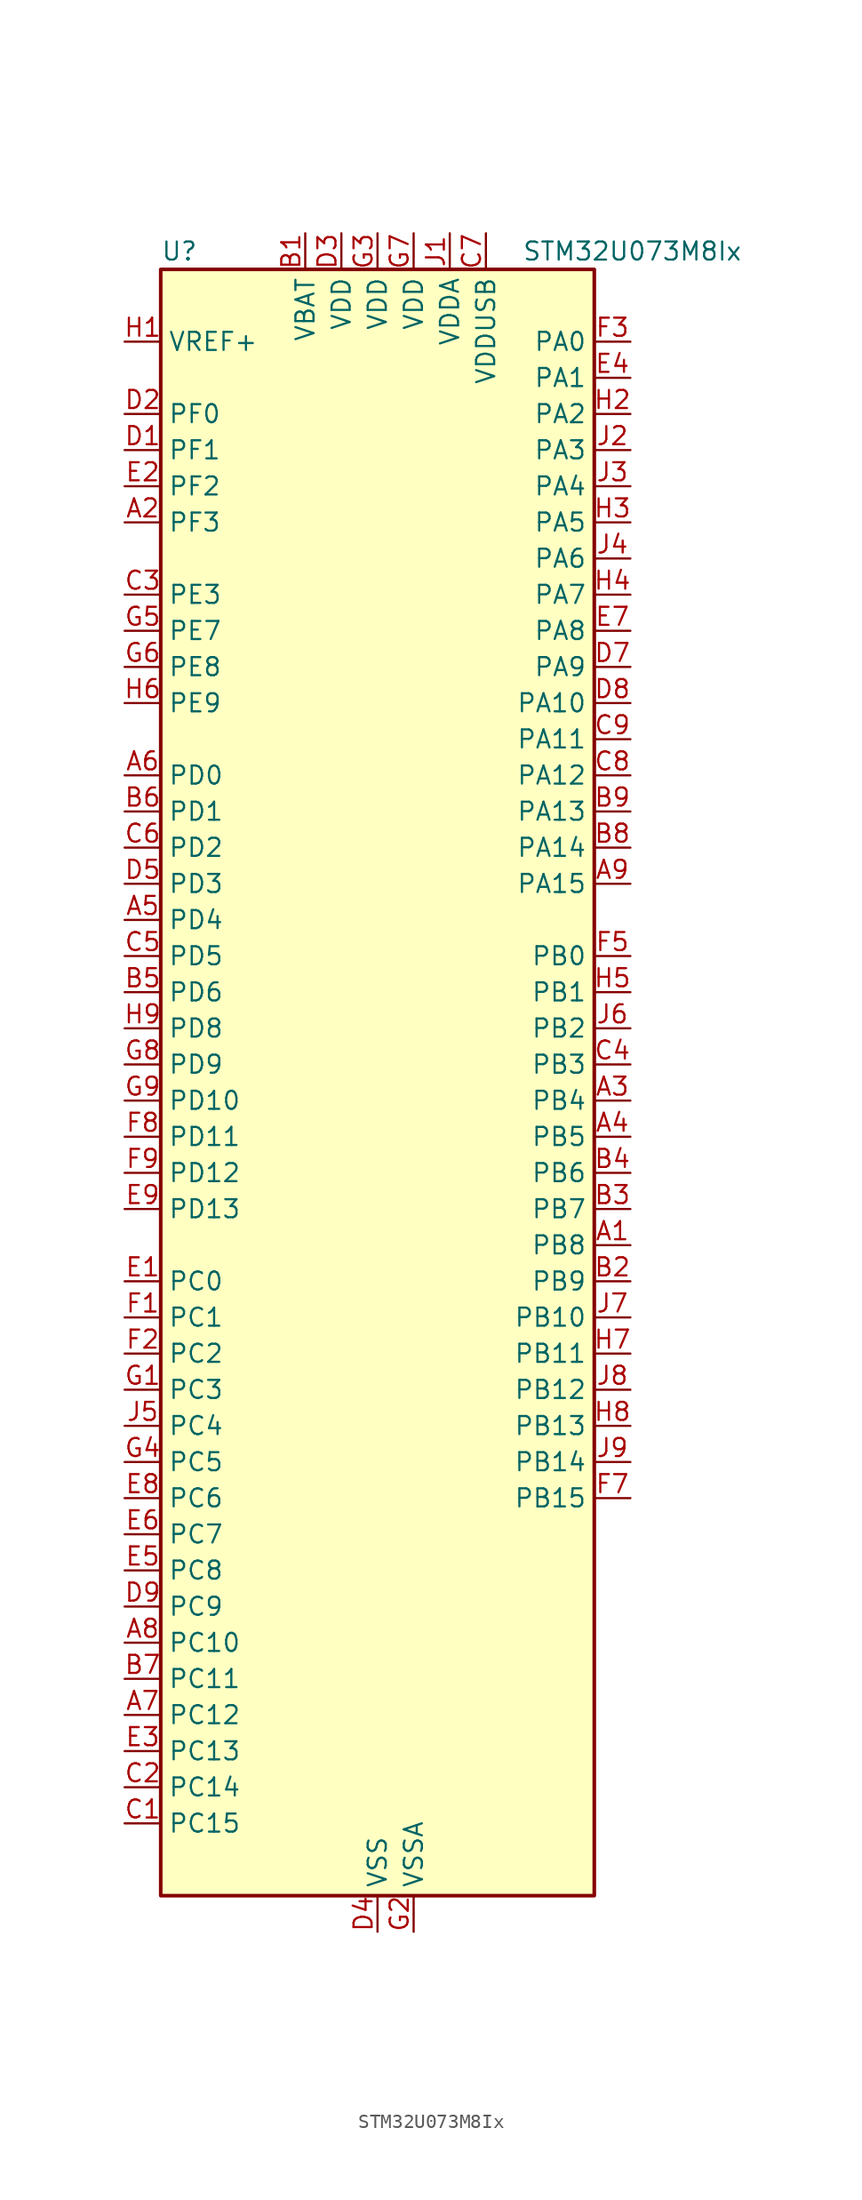
<source format=kicad_sym>
(kicad_symbol_lib
  (version 20241209)
  (generator "kicad_symbol_editor")
  (generator_version "9.0")
  (symbol "STM32U073M8Ix"
    (property "Reference" "U"
      (at -15.24 59.69 0)
      (effects (font (size 1.27 1.27)) (justify left)))
    (property "Value" "STM32U073M8Ix"
      (at 10.16 59.69 0)
      (effects (font (size 1.27 1.27)) (justify left)))
    (symbol "STM32U073M8Ix_0_1"
      (rectangle (start -15.24 -55.88) (end 15.24 58.42) (stroke (width 0.254) (type default)) (fill (type background))))
    (symbol "STM32U073M8Ix_1_1"
      (pin input line (at -17.78 53.34 0) (length 2.54) (name "VREF+" (effects (font (size 1.27 1.27)))) (number "H1" (effects (font (size 1.27 1.27)))) (alternate "VREFBUF_OUT" bidirectional line))
      (pin bidirectional line (at -17.78 48.26 0) (length 2.54) (name "PF0" (effects (font (size 1.27 1.27)))) (number "D2" (effects (font (size 1.27 1.27)))) (alternate "RCC_OSC_IN" bidirectional line))
      (pin bidirectional line (at -17.78 45.72 0) (length 2.54) (name "PF1" (effects (font (size 1.27 1.27)))) (number "D1" (effects (font (size 1.27 1.27)))) (alternate "RCC_OSC_EN" bidirectional line) (alternate "RCC_OSC_OUT" bidirectional line))
      (pin bidirectional line (at -17.78 43.18 0) (length 2.54) (name "PF2" (effects (font (size 1.27 1.27)))) (number "E2" (effects (font (size 1.27 1.27)))) (alternate "RCC_MCO" bidirectional line))
      (pin bidirectional line (at -17.78 40.64 0) (length 2.54) (name "PF3" (effects (font (size 1.27 1.27)))) (number "A2" (effects (font (size 1.27 1.27)))))
      (pin bidirectional line (at -17.78 35.56 0) (length 2.54) (name "PE3" (effects (font (size 1.27 1.27)))) (number "C3" (effects (font (size 1.27 1.27)))) (alternate "TIM3_CH1" bidirectional line))
      (pin bidirectional line (at -17.78 33.02 0) (length 2.54) (name "PE7" (effects (font (size 1.27 1.27)))) (number "G5" (effects (font (size 1.27 1.27)))) (alternate "LCD_SEG45" bidirectional line) (alternate "TIM1_ETR" bidirectional line))
      (pin bidirectional line (at -17.78 30.48 0) (length 2.54) (name "PE8" (effects (font (size 1.27 1.27)))) (number "G6" (effects (font (size 1.27 1.27)))) (alternate "LCD_SEG46" bidirectional line) (alternate "TIM1_CH1N" bidirectional line))
      (pin bidirectional line (at -17.78 27.94 0) (length 2.54) (name "PE9" (effects (font (size 1.27 1.27)))) (number "H6" (effects (font (size 1.27 1.27)))) (alternate "DAC1_EXTI9" bidirectional line) (alternate "LCD_SEG47" bidirectional line) (alternate "LPTIM1_CH3" bidirectional line) (alternate "TIM1_CH1" bidirectional line))
      (pin bidirectional line (at -17.78 22.86 0) (length 2.54) (name "PD0" (effects (font (size 1.27 1.27)))) (number "A6" (effects (font (size 1.27 1.27)))) (alternate "LCD_SEG34" bidirectional line) (alternate "SPI2_NSS" bidirectional line))
      (pin bidirectional line (at -17.78 20.32 0) (length 2.54) (name "PD1" (effects (font (size 1.27 1.27)))) (number "B6" (effects (font (size 1.27 1.27)))) (alternate "LCD_SEG35" bidirectional line) (alternate "LPTIM1_CH4" bidirectional line) (alternate "SPI2_SCK" bidirectional line))
      (pin bidirectional line (at -17.78 17.78 0) (length 2.54) (name "PD2" (effects (font (size 1.27 1.27)))) (number "C6" (effects (font (size 1.27 1.27)))) (alternate "LCD_COM7" bidirectional line) (alternate "LCD_SEG31" bidirectional line) (alternate "LCD_SEG51" bidirectional line) (alternate "TIM3_ETR" bidirectional line) (alternate "TSC_SYNC" bidirectional line) (alternate "USART3_DE" bidirectional line) (alternate "USART3_RTS" bidirectional line))
      (pin bidirectional line (at -17.78 15.24 0) (length 2.54) (name "PD3" (effects (font (size 1.27 1.27)))) (number "D5" (effects (font (size 1.27 1.27)))) (alternate "LCD_SEG36" bidirectional line) (alternate "SPI2_MISO" bidirectional line) (alternate "USART2_CTS" bidirectional line))
      (pin bidirectional line (at -17.78 12.7 0) (length 2.54) (name "PD4" (effects (font (size 1.27 1.27)))) (number "A5" (effects (font (size 1.27 1.27)))) (alternate "LCD_SEG37" bidirectional line) (alternate "LPTIM1_CH3" bidirectional line) (alternate "SPI2_MOSI" bidirectional line) (alternate "USART2_DE" bidirectional line) (alternate "USART2_RTS" bidirectional line))
      (pin bidirectional line (at -17.78 10.16 0) (length 2.54) (name "PD5" (effects (font (size 1.27 1.27)))) (number "C5" (effects (font (size 1.27 1.27)))) (alternate "LCD_SEG38" bidirectional line) (alternate "USART2_TX" bidirectional line))
      (pin bidirectional line (at -17.78 7.62 0) (length 2.54) (name "PD6" (effects (font (size 1.27 1.27)))) (number "B5" (effects (font (size 1.27 1.27)))) (alternate "LCD_SEG39" bidirectional line) (alternate "USART2_RX" bidirectional line))
      (pin bidirectional line (at -17.78 5.08 0) (length 2.54) (name "PD8" (effects (font (size 1.27 1.27)))) (number "H9" (effects (font (size 1.27 1.27)))) (alternate "LCD_SEG28" bidirectional line) (alternate "LPUART3_TX" bidirectional line) (alternate "USART3_TX" bidirectional line))
      (pin bidirectional line (at -17.78 2.54 0) (length 2.54) (name "PD9" (effects (font (size 1.27 1.27)))) (number "G8" (effects (font (size 1.27 1.27)))) (alternate "DAC1_EXTI9" bidirectional line) (alternate "LCD_SEG29" bidirectional line) (alternate "LPTIM3_IN1" bidirectional line) (alternate "LPUART3_RX" bidirectional line) (alternate "USART3_RX" bidirectional line))
      (pin bidirectional line (at -17.78 0 0) (length 2.54) (name "PD10" (effects (font (size 1.27 1.27)))) (number "G9" (effects (font (size 1.27 1.27)))) (alternate "COMP2_INP" bidirectional line) (alternate "LCD_SEG30" bidirectional line) (alternate "LPTIM2_CH2" bidirectional line) (alternate "LPTIM3_ETR" bidirectional line) (alternate "TSC_G6_IO1" bidirectional line) (alternate "USART3_CK" bidirectional line))
      (pin bidirectional line (at -17.78 -2.54 0) (length 2.54) (name "PD11" (effects (font (size 1.27 1.27)))) (number "F8" (effects (font (size 1.27 1.27)))) (alternate "ADC1_EXTI11" bidirectional line) (alternate "LCD_SEG31" bidirectional line) (alternate "LPTIM2_ETR" bidirectional line) (alternate "LPUART3_CTS" bidirectional line) (alternate "TSC_G6_IO2" bidirectional line) (alternate "USART3_CTS" bidirectional line))
      (pin bidirectional line (at -17.78 -5.08 0) (length 2.54) (name "PD12" (effects (font (size 1.27 1.27)))) (number "F9" (effects (font (size 1.27 1.27)))) (alternate "I2C4_SCL" bidirectional line) (alternate "LCD_SEG32" bidirectional line) (alternate "LPTIM2_IN1" bidirectional line) (alternate "LPUART3_DE" bidirectional line) (alternate "LPUART3_RTS" bidirectional line) (alternate "TSC_G6_IO3" bidirectional line) (alternate "USART3_DE" bidirectional line) (alternate "USART3_RTS" bidirectional line))
      (pin bidirectional line (at -17.78 -7.62 0) (length 2.54) (name "PD13" (effects (font (size 1.27 1.27)))) (number "E9" (effects (font (size 1.27 1.27)))) (alternate "I2C4_SDA" bidirectional line) (alternate "LCD_SEG33" bidirectional line) (alternate "LPTIM2_CH1" bidirectional line) (alternate "TSC_G6_IO4" bidirectional line))
      (pin bidirectional line (at -17.78 -12.7 0) (length 2.54) (name "PC0" (effects (font (size 1.27 1.27)))) (number "E1" (effects (font (size 1.27 1.27)))) (alternate "ADC1_IN0" bidirectional line) (alternate "I2C3_SCL" bidirectional line) (alternate "I2C4_SCL" bidirectional line) (alternate "LCD_SEG18" bidirectional line) (alternate "LPTIM1_IN1" bidirectional line) (alternate "LPTIM2_IN1" bidirectional line) (alternate "LPUART1_RX" bidirectional line) (alternate "LPUART2_TX" bidirectional line))
      (pin bidirectional line (at -17.78 -15.24 0) (length 2.54) (name "PC1" (effects (font (size 1.27 1.27)))) (number "F1" (effects (font (size 1.27 1.27)))) (alternate "ADC1_IN1" bidirectional line) (alternate "I2C3_SDA" bidirectional line) (alternate "I2C4_SDA" bidirectional line) (alternate "LCD_SEG19" bidirectional line) (alternate "LPTIM1_CH1" bidirectional line) (alternate "LPUART1_TX" bidirectional line) (alternate "LPUART2_RX" bidirectional line))
      (pin bidirectional line (at -17.78 -17.78 0) (length 2.54) (name "PC2" (effects (font (size 1.27 1.27)))) (number "F2" (effects (font (size 1.27 1.27)))) (alternate "ADC1_IN2" bidirectional line) (alternate "LCD_SEG20" bidirectional line) (alternate "LPTIM1_IN2" bidirectional line) (alternate "RCC_MCO2" bidirectional line) (alternate "SPI2_MISO" bidirectional line))
      (pin bidirectional line (at -17.78 -20.32 0) (length 2.54) (name "PC3" (effects (font (size 1.27 1.27)))) (number "G1" (effects (font (size 1.27 1.27)))) (alternate "ADC1_IN3" bidirectional line) (alternate "LCD_VLCD" bidirectional line) (alternate "LPTIM1_ETR" bidirectional line) (alternate "LPTIM2_ETR" bidirectional line) (alternate "LPTIM3_CH1" bidirectional line) (alternate "SPI2_MOSI" bidirectional line) (alternate "USART4_CK" bidirectional line))
      (pin bidirectional line (at -17.78 -22.86 0) (length 2.54) (name "PC4" (effects (font (size 1.27 1.27)))) (number "J5" (effects (font (size 1.27 1.27)))) (alternate "ADC1_IN15" bidirectional line) (alternate "COMP1_INM" bidirectional line) (alternate "LCD_SEG22" bidirectional line) (alternate "LPUART3_TX" bidirectional line) (alternate "USART3_TX" bidirectional line))
      (pin bidirectional line (at -17.78 -25.4 0) (length 2.54) (name "PC5" (effects (font (size 1.27 1.27)))) (number "G4" (effects (font (size 1.27 1.27)))) (alternate "ADC1_IN16" bidirectional line) (alternate "COMP1_INP" bidirectional line) (alternate "LCD_SEG23" bidirectional line) (alternate "LPTIM3_CH3" bidirectional line) (alternate "LPUART3_RX" bidirectional line) (alternate "PWR_WKUP5" bidirectional line) (alternate "TAMP_IN4" bidirectional line) (alternate "USART3_RX" bidirectional line))
      (pin bidirectional line (at -17.78 -27.94 0) (length 2.54) (name "PC6" (effects (font (size 1.27 1.27)))) (number "E8" (effects (font (size 1.27 1.27)))) (alternate "COMP1_INP" bidirectional line) (alternate "LCD_SEG24" bidirectional line) (alternate "LPUART2_TX" bidirectional line) (alternate "TIM3_CH1" bidirectional line) (alternate "TSC_G4_IO1" bidirectional line))
      (pin bidirectional line (at -17.78 -30.48 0) (length 2.54) (name "PC7" (effects (font (size 1.27 1.27)))) (number "E6" (effects (font (size 1.27 1.27)))) (alternate "LCD_SEG25" bidirectional line) (alternate "LPTIM2_CH2" bidirectional line) (alternate "LPTIM3_CH4" bidirectional line) (alternate "LPUART2_RX" bidirectional line) (alternate "TIM3_CH2" bidirectional line) (alternate "TSC_G4_IO2" bidirectional line))
      (pin bidirectional line (at -17.78 -33.02 0) (length 2.54) (name "PC8" (effects (font (size 1.27 1.27)))) (number "E5" (effects (font (size 1.27 1.27)))) (alternate "LCD_SEG26" bidirectional line) (alternate "LPTIM3_CH1" bidirectional line) (alternate "TIM3_CH3" bidirectional line) (alternate "TSC_G4_IO3" bidirectional line))
      (pin bidirectional line (at -17.78 -35.56 0) (length 2.54) (name "PC9" (effects (font (size 1.27 1.27)))) (number "D9" (effects (font (size 1.27 1.27)))) (alternate "DAC1_EXTI9" bidirectional line) (alternate "LCD_SEG27" bidirectional line) (alternate "LPTIM3_CH2" bidirectional line) (alternate "TIM3_CH4" bidirectional line) (alternate "TSC_G4_IO4" bidirectional line) (alternate "USB_NOE" bidirectional line))
      (pin bidirectional line (at -17.78 -38.1 0) (length 2.54) (name "PC10" (effects (font (size 1.27 1.27)))) (number "A8" (effects (font (size 1.27 1.27)))) (alternate "LCD_COM4" bidirectional line) (alternate "LCD_SEG28" bidirectional line) (alternate "LCD_SEG48" bidirectional line) (alternate "LPTIM3_ETR" bidirectional line) (alternate "SPI3_SCK" bidirectional line) (alternate "TSC_G3_IO2" bidirectional line) (alternate "USART3_TX" bidirectional line) (alternate "USART4_TX" bidirectional line))
      (pin bidirectional line (at -17.78 -40.64 0) (length 2.54) (name "PC11" (effects (font (size 1.27 1.27)))) (number "B7" (effects (font (size 1.27 1.27)))) (alternate "ADC1_EXTI11" bidirectional line) (alternate "LCD_COM5" bidirectional line) (alternate "LCD_SEG29" bidirectional line) (alternate "LCD_SEG49" bidirectional line) (alternate "LPTIM3_IN1" bidirectional line) (alternate "SPI3_MISO" bidirectional line) (alternate "TSC_G3_IO3" bidirectional line) (alternate "USART3_RX" bidirectional line) (alternate "USART4_RX" bidirectional line))
      (pin bidirectional line (at -17.78 -43.18 0) (length 2.54) (name "PC12" (effects (font (size 1.27 1.27)))) (number "A7" (effects (font (size 1.27 1.27)))) (alternate "LCD_COM6" bidirectional line) (alternate "LCD_SEG30" bidirectional line) (alternate "LCD_SEG50" bidirectional line) (alternate "LPTIM3_CH3" bidirectional line) (alternate "SPI3_MOSI" bidirectional line) (alternate "USART3_CK" bidirectional line) (alternate "USART4_CK" bidirectional line))
      (pin bidirectional line (at -17.78 -45.72 0) (length 2.54) (name "PC13" (effects (font (size 1.27 1.27)))) (number "E3" (effects (font (size 1.27 1.27)))) (alternate "LPTIM1_CH3" bidirectional line) (alternate "LPTIM3_CH3" bidirectional line) (alternate "PWR_WKUP2" bidirectional line) (alternate "RTC_OUT1" bidirectional line) (alternate "RTC_TS" bidirectional line) (alternate "TAMP_IN1" bidirectional line))
      (pin bidirectional line (at -17.78 -48.26 0) (length 2.54) (name "PC14" (effects (font (size 1.27 1.27)))) (number "C2" (effects (font (size 1.27 1.27)))) (alternate "RCC_OSC32_IN" bidirectional line))
      (pin bidirectional line (at -17.78 -50.8 0) (length 2.54) (name "PC15" (effects (font (size 1.27 1.27)))) (number "C1" (effects (font (size 1.27 1.27)))) (alternate "RCC_OSC32_EN" bidirectional line) (alternate "RCC_OSC32_OUT" bidirectional line) (alternate "RCC_OSC_EN" bidirectional line))
      (pin power_in line (at -5.08 60.96 270) (length 2.54) (name "VBAT" (effects (font (size 1.27 1.27)))) (number "B1" (effects (font (size 1.27 1.27)))))
      (pin power_in line (at -2.54 60.96 270) (length 2.54) (name "VDD" (effects (font (size 1.27 1.27)))) (number "D3" (effects (font (size 1.27 1.27)))))
      (pin power_in line (at 0 60.96 270) (length 2.54) (name "VDD" (effects (font (size 1.27 1.27)))) (number "G3" (effects (font (size 1.27 1.27)))))
      (pin power_in line (at 0 -58.42 90) (length 2.54) (name "VSS" (effects (font (size 1.27 1.27)))) (number "D4" (effects (font (size 1.27 1.27)))))
      (pin passive line (at 0 -58.42 90) (length 2.54) (hide yes) (name "VSS" (effects (font (size 1.27 1.27)))) (number "D6" (effects (font (size 1.27 1.27)))))
      (pin passive line (at 0 -58.42 90) (length 2.54) (hide yes) (name "VSS" (effects (font (size 1.27 1.27)))) (number "F4" (effects (font (size 1.27 1.27)))))
      (pin passive line (at 0 -58.42 90) (length 2.54) (hide yes) (name "VSS" (effects (font (size 1.27 1.27)))) (number "F6" (effects (font (size 1.27 1.27)))))
      (pin power_in line (at 2.54 60.96 270) (length 2.54) (name "VDD" (effects (font (size 1.27 1.27)))) (number "G7" (effects (font (size 1.27 1.27)))))
      (pin power_in line (at 2.54 -58.42 90) (length 2.54) (name "VSSA" (effects (font (size 1.27 1.27)))) (number "G2" (effects (font (size 1.27 1.27)))))
      (pin power_in line (at 5.08 60.96 270) (length 2.54) (name "VDDA" (effects (font (size 1.27 1.27)))) (number "J1" (effects (font (size 1.27 1.27)))))
      (pin power_in line (at 7.62 60.96 270) (length 2.54) (name "VDDUSB" (effects (font (size 1.27 1.27)))) (number "C7" (effects (font (size 1.27 1.27)))))
      (pin bidirectional line (at 17.78 53.34 180) (length 2.54) (name "PA0" (effects (font (size 1.27 1.27)))) (number "F3" (effects (font (size 1.27 1.27)))) (alternate "ADC1_IN4" bidirectional line) (alternate "COMP1_INM" bidirectional line) (alternate "COMP1_OUT" bidirectional line) (alternate "LCD_SEG42" bidirectional line) (alternate "OPAMP1_VINP" bidirectional line) (alternate "PWR_WKUP1" bidirectional line) (alternate "TAMP_IN2" bidirectional line) (alternate "TIM2_CH1" bidirectional line) (alternate "TIM2_ETR" bidirectional line) (alternate "USART2_CTS" bidirectional line) (alternate "USART4_TX" bidirectional line))
      (pin bidirectional line (at 17.78 50.8 180) (length 2.54) (name "PA1" (effects (font (size 1.27 1.27)))) (number "E4" (effects (font (size 1.27 1.27)))) (alternate "ADC1_IN5" bidirectional line) (alternate "COMP1_INP" bidirectional line) (alternate "LCD_SEG0" bidirectional line) (alternate "LPTIM1_CH2" bidirectional line) (alternate "OPAMP1_VINM" bidirectional line) (alternate "PWR_WKUP3" bidirectional line) (alternate "SPI1_SCK" bidirectional line) (alternate "SPI2_SCK" bidirectional line) (alternate "TAMP_IN5" bidirectional line) (alternate "TIM15_CH1N" bidirectional line) (alternate "TIM2_CH2" bidirectional line) (alternate "USART2_DE" bidirectional line) (alternate "USART2_RTS" bidirectional line) (alternate "USART4_RX" bidirectional line))
      (pin bidirectional line (at 17.78 48.26 180) (length 2.54) (name "PA2" (effects (font (size 1.27 1.27)))) (number "H2" (effects (font (size 1.27 1.27)))) (alternate "ADC1_IN6" bidirectional line) (alternate "COMP2_INM" bidirectional line) (alternate "COMP2_OUT" bidirectional line) (alternate "LCD_SEG1" bidirectional line) (alternate "LPUART1_TX" bidirectional line) (alternate "PWR_WKUP4" bidirectional line) (alternate "RCC_LSCO" bidirectional line) (alternate "TIM15_CH1" bidirectional line) (alternate "TIM2_CH3" bidirectional line) (alternate "USART2_TX" bidirectional line))
      (pin bidirectional line (at 17.78 45.72 180) (length 2.54) (name "PA3" (effects (font (size 1.27 1.27)))) (number "J2" (effects (font (size 1.27 1.27)))) (alternate "ADC1_IN7" bidirectional line) (alternate "COMP2_INP" bidirectional line) (alternate "LCD_SEG2" bidirectional line) (alternate "LPUART1_RX" bidirectional line) (alternate "OPAMP1_VOUT" bidirectional line) (alternate "TIM15_CH2" bidirectional line) (alternate "TIM2_CH4" bidirectional line) (alternate "USART2_RX" bidirectional line))
      (pin bidirectional line (at 17.78 43.18 180) (length 2.54) (name "PA4" (effects (font (size 1.27 1.27)))) (number "J3" (effects (font (size 1.27 1.27)))) (alternate "ADC1_IN8" bidirectional line) (alternate "COMP1_INM" bidirectional line) (alternate "COMP2_INM" bidirectional line) (alternate "DAC1_OUT1" bidirectional line) (alternate "LCD_SEG43" bidirectional line) (alternate "LPTIM2_CH1" bidirectional line) (alternate "LPUART3_TX" bidirectional line) (alternate "SPI1_NSS" bidirectional line) (alternate "SPI3_NSS" bidirectional line) (alternate "USART2_CK" bidirectional line))
      (pin bidirectional line (at 17.78 40.64 180) (length 2.54) (name "PA5" (effects (font (size 1.27 1.27)))) (number "H3" (effects (font (size 1.27 1.27)))) (alternate "ADC1_IN9" bidirectional line) (alternate "COMP1_INM" bidirectional line) (alternate "COMP2_INM" bidirectional line) (alternate "LCD_SEG44" bidirectional line) (alternate "LPTIM2_ETR" bidirectional line) (alternate "LPUART3_RX" bidirectional line) (alternate "SPI1_SCK" bidirectional line) (alternate "TIM2_CH1" bidirectional line) (alternate "TIM2_ETR" bidirectional line) (alternate "USART3_TX" bidirectional line))
      (pin bidirectional line (at 17.78 38.1 180) (length 2.54) (name "PA6" (effects (font (size 1.27 1.27)))) (number "J4" (effects (font (size 1.27 1.27)))) (alternate "ADC1_IN10" bidirectional line) (alternate "COMP1_OUT" bidirectional line) (alternate "I2C2_SDA" bidirectional line) (alternate "I2C3_SDA" bidirectional line) (alternate "LCD_SEG3" bidirectional line) (alternate "LPUART1_CTS" bidirectional line) (alternate "SPI1_MISO" bidirectional line) (alternate "TIM16_CH1" bidirectional line) (alternate "TIM1_BKIN" bidirectional line) (alternate "TIM3_CH1" bidirectional line) (alternate "TSC_G5_IO1" bidirectional line) (alternate "USART3_CTS" bidirectional line))
      (pin bidirectional line (at 17.78 35.56 180) (length 2.54) (name "PA7" (effects (font (size 1.27 1.27)))) (number "H4" (effects (font (size 1.27 1.27)))) (alternate "ADC1_IN14" bidirectional line) (alternate "COMP2_OUT" bidirectional line) (alternate "I2C2_SCL" bidirectional line) (alternate "I2C3_SCL" bidirectional line) (alternate "LCD_SEG4" bidirectional line) (alternate "LPTIM2_CH2" bidirectional line) (alternate "SPI1_MOSI" bidirectional line) (alternate "TIM1_CH1N" bidirectional line) (alternate "TIM3_CH2" bidirectional line) (alternate "USART3_RX" bidirectional line))
      (pin bidirectional line (at 17.78 33.02 180) (length 2.54) (name "PA8" (effects (font (size 1.27 1.27)))) (number "E7" (effects (font (size 1.27 1.27)))) (alternate "LCD_COM0" bidirectional line) (alternate "LPTIM2_CH1" bidirectional line) (alternate "RCC_MCO" bidirectional line) (alternate "RCC_MCO2" bidirectional line) (alternate "TIM1_CH1" bidirectional line) (alternate "TSC_G7_IO1" bidirectional line) (alternate "USART1_CK" bidirectional line))
      (pin bidirectional line (at 17.78 30.48 180) (length 2.54) (name "PA9" (effects (font (size 1.27 1.27)))) (number "D7" (effects (font (size 1.27 1.27)))) (alternate "COMP1_INP" bidirectional line) (alternate "DAC1_EXTI9" bidirectional line) (alternate "I2C1_SCL" bidirectional line) (alternate "I2C2_SCL" bidirectional line) (alternate "LCD_COM1" bidirectional line) (alternate "RCC_MCO" bidirectional line) (alternate "TIM15_BKIN" bidirectional line) (alternate "TIM1_CH2" bidirectional line) (alternate "TSC_G7_IO2" bidirectional line) (alternate "USART1_TX" bidirectional line))
      (pin bidirectional line (at 17.78 27.94 180) (length 2.54) (name "PA10" (effects (font (size 1.27 1.27)))) (number "D8" (effects (font (size 1.27 1.27)))) (alternate "CRS_SYNC" bidirectional line) (alternate "I2C1_SDA" bidirectional line) (alternate "I2C2_SDA" bidirectional line) (alternate "LCD_COM2" bidirectional line) (alternate "RCC_MCO2" bidirectional line) (alternate "SPI2_NSS" bidirectional line) (alternate "TIM1_CH3" bidirectional line) (alternate "TSC_G7_IO3" bidirectional line) (alternate "USART1_RX" bidirectional line))
      (pin bidirectional line (at 17.78 25.4 180) (length 2.54) (name "PA11" (effects (font (size 1.27 1.27)))) (number "C9" (effects (font (size 1.27 1.27)))) (alternate "ADC1_EXTI11" bidirectional line) (alternate "COMP1_OUT" bidirectional line) (alternate "SPI1_MISO" bidirectional line) (alternate "SPI2_MISO" bidirectional line) (alternate "TIM1_BKIN2" bidirectional line) (alternate "TIM1_CH4" bidirectional line) (alternate "USART1_CTS" bidirectional line) (alternate "USB_DM" bidirectional line))
      (pin bidirectional line (at 17.78 22.86 180) (length 2.54) (name "PA12" (effects (font (size 1.27 1.27)))) (number "C8" (effects (font (size 1.27 1.27)))) (alternate "SPI1_MOSI" bidirectional line) (alternate "SPI2_MOSI" bidirectional line) (alternate "TIM1_ETR" bidirectional line) (alternate "USART1_DE" bidirectional line) (alternate "USART1_RTS" bidirectional line) (alternate "USB_DP" bidirectional line))
      (pin bidirectional line (at 17.78 20.32 180) (length 2.54) (name "PA13" (effects (font (size 1.27 1.27)))) (number "B9" (effects (font (size 1.27 1.27)))) (alternate "DEBUG_JTMS-SWDIO" bidirectional line) (alternate "IR_OUT" bidirectional line) (alternate "LCD_SEG40" bidirectional line) (alternate "TSC_G7_IO4" bidirectional line) (alternate "USB_NOE" bidirectional line))
      (pin bidirectional line (at 17.78 17.78 180) (length 2.54) (name "PA14" (effects (font (size 1.27 1.27)))) (number "B8" (effects (font (size 1.27 1.27)))) (alternate "DEBUG_JTCK-SWCLK" bidirectional line) (alternate "LCD_SEG41" bidirectional line) (alternate "LPTIM1_CH1" bidirectional line) (alternate "TSC_G3_IO4" bidirectional line))
      (pin bidirectional line (at 17.78 15.24 180) (length 2.54) (name "PA15" (effects (font (size 1.27 1.27)))) (number "A9" (effects (font (size 1.27 1.27)))) (alternate "DEBUG_JTDI" bidirectional line) (alternate "LCD_SEG17" bidirectional line) (alternate "LPTIM3_CH3" bidirectional line) (alternate "LPTIM3_IN2" bidirectional line) (alternate "SPI1_NSS" bidirectional line) (alternate "SPI3_NSS" bidirectional line) (alternate "TIM2_CH1" bidirectional line) (alternate "TIM2_ETR" bidirectional line) (alternate "TSC_G3_IO1" bidirectional line) (alternate "USART2_RX" bidirectional line) (alternate "USART3_DE" bidirectional line) (alternate "USART3_RTS" bidirectional line) (alternate "USART4_DE" bidirectional line) (alternate "USART4_RTS" bidirectional line))
      (pin bidirectional line (at 17.78 10.16 180) (length 2.54) (name "PB0" (effects (font (size 1.27 1.27)))) (number "F5" (effects (font (size 1.27 1.27)))) (alternate "ADC1_IN17" bidirectional line) (alternate "COMP1_OUT" bidirectional line) (alternate "LCD_SEG5" bidirectional line) (alternate "LPTIM3_CH1" bidirectional line) (alternate "LPUART2_CTS" bidirectional line) (alternate "SPI1_NSS" bidirectional line) (alternate "TIM1_CH2N" bidirectional line) (alternate "TIM3_CH3" bidirectional line) (alternate "TSC_G5_IO2" bidirectional line) (alternate "USART3_CK" bidirectional line))
      (pin bidirectional line (at 17.78 7.62 180) (length 2.54) (name "PB1" (effects (font (size 1.27 1.27)))) (number "H5" (effects (font (size 1.27 1.27)))) (alternate "ADC1_IN18" bidirectional line) (alternate "COMP1_INM" bidirectional line) (alternate "LCD_SEG6" bidirectional line) (alternate "LPTIM2_IN1" bidirectional line) (alternate "LPTIM3_CH2" bidirectional line) (alternate "LPUART1_DE" bidirectional line) (alternate "LPUART1_RTS" bidirectional line) (alternate "LPUART2_DE" bidirectional line) (alternate "LPUART2_RTS" bidirectional line) (alternate "TIM1_CH3N" bidirectional line) (alternate "TIM3_CH4" bidirectional line) (alternate "TSC_SYNC" bidirectional line) (alternate "USART3_DE" bidirectional line) (alternate "USART3_RTS" bidirectional line))
      (pin bidirectional line (at 17.78 5.08 180) (length 2.54) (name "PB2" (effects (font (size 1.27 1.27)))) (number "J6" (effects (font (size 1.27 1.27)))) (alternate "COMP1_INP" bidirectional line) (alternate "LCD_VLCD" bidirectional line) (alternate "LPTIM1_CH1" bidirectional line) (alternate "RTC_OUT2" bidirectional line))
      (pin bidirectional line (at 17.78 2.54 180) (length 2.54) (name "PB3" (effects (font (size 1.27 1.27)))) (number "C4" (effects (font (size 1.27 1.27)))) (alternate "COMP2_INM" bidirectional line) (alternate "DEBUG_JTDO-SWO" bidirectional line) (alternate "I2C2_SCL" bidirectional line) (alternate "I2C3_SCL" bidirectional line) (alternate "LCD_SEG7" bidirectional line) (alternate "LPTIM1_CH3" bidirectional line) (alternate "SPI1_SCK" bidirectional line) (alternate "SPI3_SCK" bidirectional line) (alternate "TIM2_CH2" bidirectional line) (alternate "USART1_DE" bidirectional line) (alternate "USART1_RTS" bidirectional line))
      (pin bidirectional line (at 17.78 0 180) (length 2.54) (name "PB4" (effects (font (size 1.27 1.27)))) (number "A3" (effects (font (size 1.27 1.27)))) (alternate "COMP2_INP" bidirectional line) (alternate "I2C2_SDA" bidirectional line) (alternate "I2C3_SDA" bidirectional line) (alternate "LCD_SEG8" bidirectional line) (alternate "LPTIM1_CH4" bidirectional line) (alternate "LPUART3_DE" bidirectional line) (alternate "LPUART3_RTS" bidirectional line) (alternate "SPI1_MISO" bidirectional line) (alternate "SPI3_MISO" bidirectional line) (alternate "TIM3_CH1" bidirectional line) (alternate "TSC_G2_IO1" bidirectional line) (alternate "USART1_CTS" bidirectional line))
      (pin bidirectional line (at 17.78 -2.54 180) (length 2.54) (name "PB5" (effects (font (size 1.27 1.27)))) (number "A4" (effects (font (size 1.27 1.27)))) (alternate "COMP2_OUT" bidirectional line) (alternate "LCD_SEG9" bidirectional line) (alternate "LPTIM1_IN1" bidirectional line) (alternate "LPUART3_CTS" bidirectional line) (alternate "SPI1_MOSI" bidirectional line) (alternate "SPI3_MOSI" bidirectional line) (alternate "TIM16_BKIN" bidirectional line) (alternate "TIM3_CH2" bidirectional line) (alternate "TSC_G2_IO2" bidirectional line) (alternate "USART1_CK" bidirectional line))
      (pin bidirectional line (at 17.78 -5.08 180) (length 2.54) (name "PB6" (effects (font (size 1.27 1.27)))) (number "B4" (effects (font (size 1.27 1.27)))) (alternate "COMP2_INP" bidirectional line) (alternate "I2C1_SCL" bidirectional line) (alternate "I2C2_SCL" bidirectional line) (alternate "I2C4_SCL" bidirectional line) (alternate "LPTIM1_ETR" bidirectional line) (alternate "LPUART2_TX" bidirectional line) (alternate "LPUART3_TX" bidirectional line) (alternate "TIM16_CH1N" bidirectional line) (alternate "TSC_G2_IO3" bidirectional line) (alternate "USART1_TX" bidirectional line))
      (pin bidirectional line (at 17.78 -7.62 180) (length 2.54) (name "PB7" (effects (font (size 1.27 1.27)))) (number "B3" (effects (font (size 1.27 1.27)))) (alternate "COMP2_INM" bidirectional line) (alternate "I2C1_SDA" bidirectional line) (alternate "I2C2_SDA" bidirectional line) (alternate "I2C4_SDA" bidirectional line) (alternate "LCD_SEG21" bidirectional line) (alternate "LPTIM1_IN2" bidirectional line) (alternate "LPUART2_RX" bidirectional line) (alternate "LPUART3_RX" bidirectional line) (alternate "PWR_PVD_IN" bidirectional line) (alternate "TSC_G2_IO4" bidirectional line) (alternate "USART1_RX" bidirectional line) (alternate "USART4_CTS" bidirectional line))
      (pin bidirectional line (at 17.78 -10.16 180) (length 2.54) (name "PB8" (effects (font (size 1.27 1.27)))) (number "A1" (effects (font (size 1.27 1.27)))) (alternate "I2C1_SCL" bidirectional line) (alternate "I2C2_SCL" bidirectional line) (alternate "LCD_SEG16" bidirectional line) (alternate "LPTIM1_IN2" bidirectional line) (alternate "LPTIM3_IN2" bidirectional line) (alternate "TIM16_CH1" bidirectional line) (alternate "USART3_TX" bidirectional line))
      (pin bidirectional line (at 17.78 -12.7 180) (length 2.54) (name "PB9" (effects (font (size 1.27 1.27)))) (number "B2" (effects (font (size 1.27 1.27)))) (alternate "DAC1_EXTI9" bidirectional line) (alternate "I2C1_SDA" bidirectional line) (alternate "I2C2_SDA" bidirectional line) (alternate "IR_OUT" bidirectional line) (alternate "LCD_COM3" bidirectional line) (alternate "LPTIM1_CH4" bidirectional line) (alternate "LPTIM3_CH4" bidirectional line) (alternate "SPI2_NSS" bidirectional line) (alternate "USART3_RX" bidirectional line))
      (pin bidirectional line (at 17.78 -15.24 180) (length 2.54) (name "PB10" (effects (font (size 1.27 1.27)))) (number "J7" (effects (font (size 1.27 1.27)))) (alternate "COMP1_OUT" bidirectional line) (alternate "I2C2_SCL" bidirectional line) (alternate "I2C4_SCL" bidirectional line) (alternate "LCD_SEG10" bidirectional line) (alternate "LPTIM3_CH1" bidirectional line) (alternate "LPUART1_RX" bidirectional line) (alternate "LPUART2_RX" bidirectional line) (alternate "SPI2_SCK" bidirectional line) (alternate "TIM2_CH3" bidirectional line) (alternate "TSC_G5_IO3" bidirectional line) (alternate "USART3_TX" bidirectional line))
      (pin bidirectional line (at 17.78 -17.78 180) (length 2.54) (name "PB11" (effects (font (size 1.27 1.27)))) (number "H7" (effects (font (size 1.27 1.27)))) (alternate "ADC1_EXTI11" bidirectional line) (alternate "COMP2_OUT" bidirectional line) (alternate "I2C2_SDA" bidirectional line) (alternate "I2C4_SDA" bidirectional line) (alternate "LCD_SEG11" bidirectional line) (alternate "LPUART1_TX" bidirectional line) (alternate "LPUART2_TX" bidirectional line) (alternate "TIM2_CH4" bidirectional line) (alternate "TSC_G5_IO4" bidirectional line) (alternate "USART3_RX" bidirectional line))
      (pin bidirectional line (at 17.78 -20.32 180) (length 2.54) (name "PB12" (effects (font (size 1.27 1.27)))) (number "J8" (effects (font (size 1.27 1.27)))) (alternate "LCD_SEG12" bidirectional line) (alternate "LPUART1_DE" bidirectional line) (alternate "LPUART1_RTS" bidirectional line) (alternate "SPI2_NSS" bidirectional line) (alternate "TIM15_BKIN" bidirectional line) (alternate "TIM1_BKIN" bidirectional line) (alternate "TSC_G1_IO1" bidirectional line) (alternate "USART3_CK" bidirectional line))
      (pin bidirectional line (at 17.78 -22.86 180) (length 2.54) (name "PB13" (effects (font (size 1.27 1.27)))) (number "H8" (effects (font (size 1.27 1.27)))) (alternate "I2C2_SCL" bidirectional line) (alternate "LCD_SEG13" bidirectional line) (alternate "LPTIM3_IN1" bidirectional line) (alternate "LPUART1_CTS" bidirectional line) (alternate "SPI2_SCK" bidirectional line) (alternate "TIM15_CH1N" bidirectional line) (alternate "TIM1_CH1N" bidirectional line) (alternate "TSC_G1_IO2" bidirectional line) (alternate "USART3_CTS" bidirectional line))
      (pin bidirectional line (at 17.78 -25.4 180) (length 2.54) (name "PB14" (effects (font (size 1.27 1.27)))) (number "J9" (effects (font (size 1.27 1.27)))) (alternate "I2C2_SDA" bidirectional line) (alternate "LCD_SEG14" bidirectional line) (alternate "LPTIM3_ETR" bidirectional line) (alternate "SPI2_MISO" bidirectional line) (alternate "TIM15_CH1" bidirectional line) (alternate "TIM1_CH2N" bidirectional line) (alternate "TSC_G1_IO3" bidirectional line) (alternate "USART3_DE" bidirectional line) (alternate "USART3_RTS" bidirectional line))
      (pin bidirectional line (at 17.78 -27.94 180) (length 2.54) (name "PB15" (effects (font (size 1.27 1.27)))) (number "F7" (effects (font (size 1.27 1.27)))) (alternate "LCD_SEG15" bidirectional line) (alternate "PWR_WKUP7" bidirectional line) (alternate "RTC_REFIN" bidirectional line) (alternate "SPI2_MOSI" bidirectional line) (alternate "TAMP_IN3" bidirectional line) (alternate "TIM15_CH2" bidirectional line) (alternate "TIM1_CH3N" bidirectional line) (alternate "TSC_G1_IO4" bidirectional line)))))
</source>
